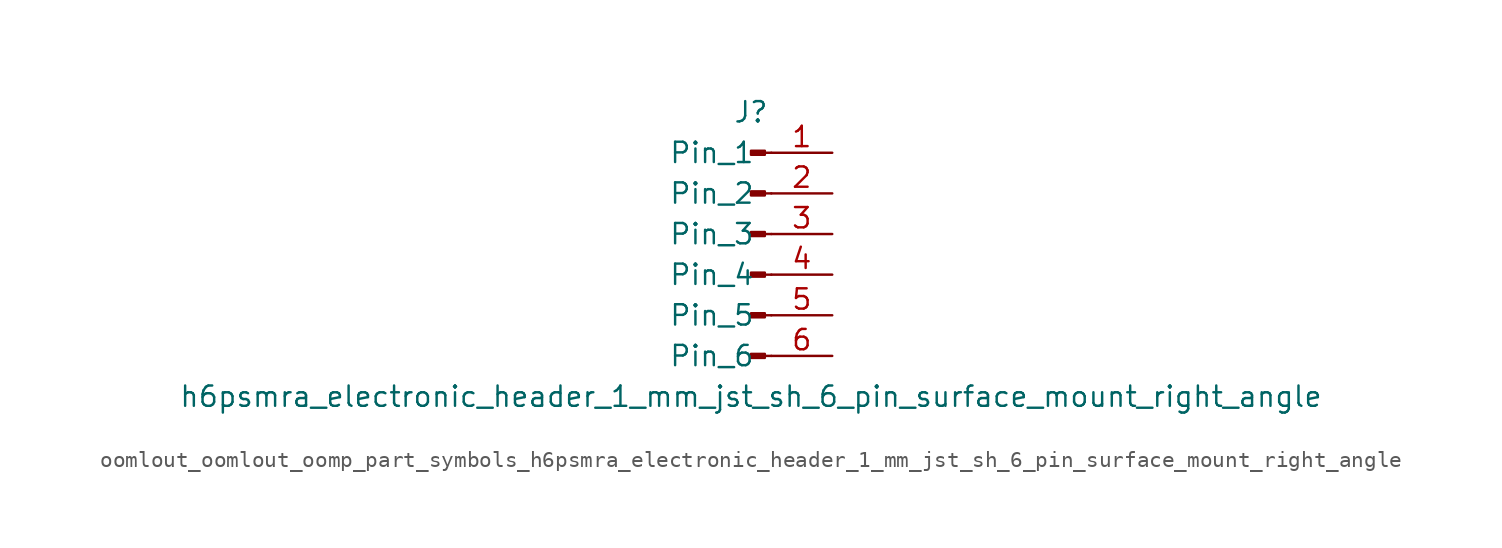
<source format=kicad_sym>
(kicad_symbol_lib
  (version 20220914)
  (generator kicad_symbol_editor)
  (symbol "oomlout_oomlout_oomp_part_symbols_h6psmra_electronic_header_1_mm_jst_sh_6_pin_surface_mount_right_angle"
    (pin_names
      (offset 1.016))
    (property "Reference" "J"
      (at 0 7.62 0)
      (effects (font (size 1.27 1.27))))
    (property "Value" "h6psmra_electronic_header_1_mm_jst_sh_6_pin_surface_mount_right_angle"
      (at 0 -10.16 0)
      (effects (font (size 1.27 1.27))))
    (property "ki_locked" ""
      (at 0 0 0)
      (effects (font (size 1.27 1.27))))
    (symbol "oomlout_oomlout_oomp_part_symbols_h6psmra_electronic_header_1_mm_jst_sh_6_pin_surface_mount_right_angle_1_1"
      (polyline (pts (xy 1.27 -7.62) (xy 0.864 -7.62)) (stroke (width 0.152) (type default)) (fill (type none)))
      (polyline (pts (xy 1.27 -5.08) (xy 0.864 -5.08)) (stroke (width 0.152) (type default)) (fill (type none)))
      (polyline (pts (xy 1.27 -2.54) (xy 0.864 -2.54)) (stroke (width 0.152) (type default)) (fill (type none)))
      (polyline (pts (xy 1.27 0) (xy 0.864 0)) (stroke (width 0.152) (type default)) (fill (type none)))
      (polyline (pts (xy 1.27 2.54) (xy 0.864 2.54)) (stroke (width 0.152) (type default)) (fill (type none)))
      (polyline (pts (xy 1.27 5.08) (xy 0.864 5.08)) (stroke (width 0.152) (type default)) (fill (type none)))
      (rectangle (start 0.864 -7.493) (end 0 -7.747) (stroke (width 0.152) (type default)) (fill (type outline)))
      (rectangle (start 0.864 -4.953) (end 0 -5.207) (stroke (width 0.152) (type default)) (fill (type outline)))
      (rectangle (start 0.864 -2.413) (end 0 -2.667) (stroke (width 0.152) (type default)) (fill (type outline)))
      (rectangle (start 0.864 0.127) (end 0 -0.127) (stroke (width 0.152) (type default)) (fill (type outline)))
      (rectangle (start 0.864 2.667) (end 0 2.413) (stroke (width 0.152) (type default)) (fill (type outline)))
      (rectangle (start 0.864 5.207) (end 0 4.953) (stroke (width 0.152) (type default)) (fill (type outline)))
      (pin passive line (at 5.08 5.08 180) (length 3.81) (name "Pin_1" (effects (font (size 1.27 1.27)))) (number "1" (effects (font (size 1.27 1.27)))))
      (pin passive line (at 5.08 2.54 180) (length 3.81) (name "Pin_2" (effects (font (size 1.27 1.27)))) (number "2" (effects (font (size 1.27 1.27)))))
      (pin passive line (at 5.08 0 180) (length 3.81) (name "Pin_3" (effects (font (size 1.27 1.27)))) (number "3" (effects (font (size 1.27 1.27)))))
      (pin passive line (at 5.08 -2.54 180) (length 3.81) (name "Pin_4" (effects (font (size 1.27 1.27)))) (number "4" (effects (font (size 1.27 1.27)))))
      (pin passive line (at 5.08 -5.08 180) (length 3.81) (name "Pin_5" (effects (font (size 1.27 1.27)))) (number "5" (effects (font (size 1.27 1.27)))))
      (pin passive line (at 5.08 -7.62 180) (length 3.81) (name "Pin_6" (effects (font (size 1.27 1.27)))) (number "6" (effects (font (size 1.27 1.27))))))))
</source>
